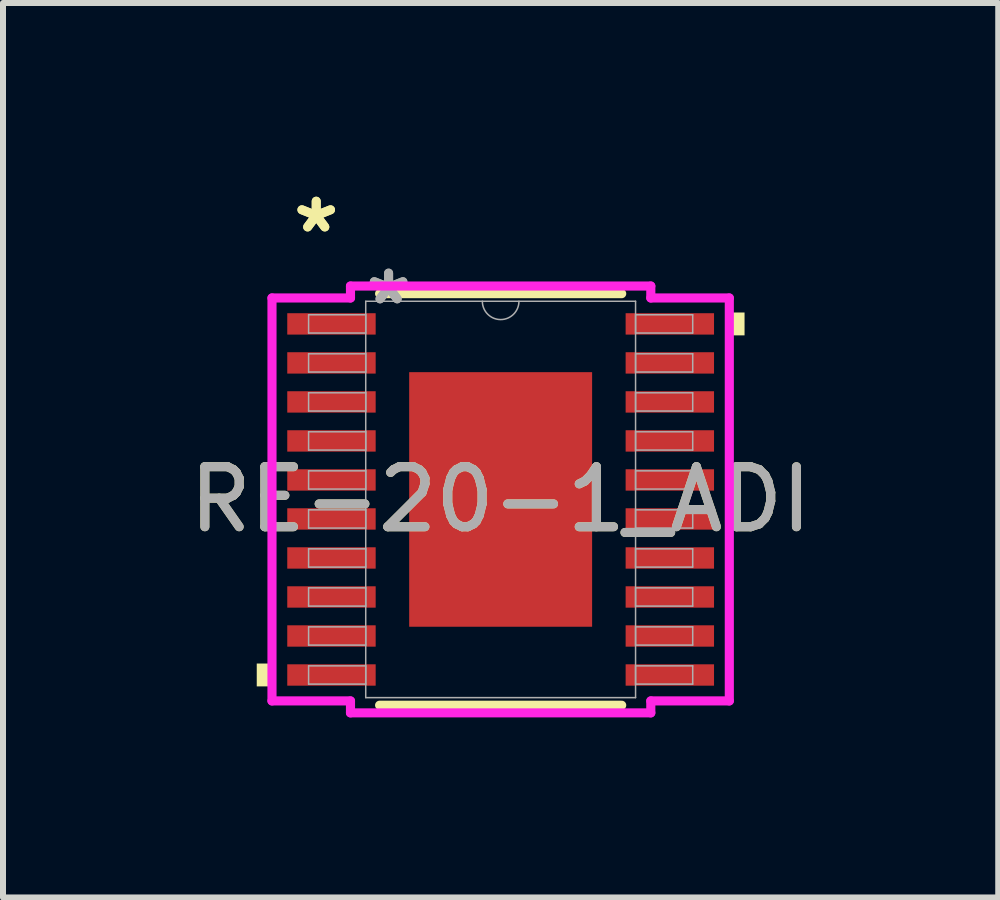
<source format=kicad_pcb>
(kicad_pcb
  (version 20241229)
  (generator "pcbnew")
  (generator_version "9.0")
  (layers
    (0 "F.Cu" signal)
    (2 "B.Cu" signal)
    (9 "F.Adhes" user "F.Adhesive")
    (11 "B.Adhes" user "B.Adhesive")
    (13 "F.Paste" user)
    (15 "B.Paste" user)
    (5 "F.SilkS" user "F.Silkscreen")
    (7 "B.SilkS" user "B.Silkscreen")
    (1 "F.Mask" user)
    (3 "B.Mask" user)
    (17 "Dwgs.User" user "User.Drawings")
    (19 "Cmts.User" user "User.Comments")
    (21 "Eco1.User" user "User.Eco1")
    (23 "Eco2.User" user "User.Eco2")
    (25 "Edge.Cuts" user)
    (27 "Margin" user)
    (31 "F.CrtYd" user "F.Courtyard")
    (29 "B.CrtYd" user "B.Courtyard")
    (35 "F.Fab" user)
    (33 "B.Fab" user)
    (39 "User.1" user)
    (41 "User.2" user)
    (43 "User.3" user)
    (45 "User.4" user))
  (footprint "RE-20-1_ADI"
    (layer "F.Cu")
    (at 5.292 5.272)
    (property "Reference" "RE-20-1_ADI" (at 0 0 0) (unlocked yes) (layer "F.SilkS") (effects (font (size 1 1) (thickness 0.15))))
    (attr smd)
    (fp_line (start -2.017 3.429) (end 2.017 3.429) (stroke (width 0.152) (type solid)) (layer "F.SilkS"))
    (fp_line (start 2.017 -3.429) (end -2.017 -3.429) (stroke (width 0.152) (type solid)) (layer "F.SilkS"))
    (fp_poly (pts (xy -4.064 2.734) (xy -4.064 3.115) (xy -3.81 3.115) (xy -3.81 2.734)) (stroke (width 0) (type solid)) (fill yes) (layer "F.SilkS"))
    (fp_poly (pts (xy 4.064 -3.115) (xy 4.064 -2.734) (xy 3.81 -2.734) (xy 3.81 -3.115)) (stroke (width 0) (type solid)) (fill yes) (layer "F.SilkS"))
    (fp_poly (pts (xy -1.424 -2.021) (xy -1.424 -0.807) (xy -0.1 -0.807) (xy -0.1 -2.021)) (stroke (width 0) (type solid)) (fill yes) (layer "F.Paste"))
    (fp_poly (pts (xy -1.424 -0.607) (xy -1.424 0.607) (xy -0.1 0.607) (xy -0.1 -0.607)) (stroke (width 0) (type solid)) (fill yes) (layer "F.Paste"))
    (fp_poly (pts (xy -1.424 0.807) (xy -1.424 2.021) (xy -0.1 2.021) (xy -0.1 0.807)) (stroke (width 0) (type solid)) (fill yes) (layer "F.Paste"))
    (fp_poly (pts (xy 0.1 -2.021) (xy 0.1 -0.807) (xy 1.424 -0.807) (xy 1.424 -2.021)) (stroke (width 0) (type solid)) (fill yes) (layer "F.Paste"))
    (fp_poly (pts (xy 0.1 -0.607) (xy 0.1 0.607) (xy 1.424 0.607) (xy 1.424 -0.607)) (stroke (width 0) (type solid)) (fill yes) (layer "F.Paste"))
    (fp_poly (pts (xy 0.1 0.807) (xy 0.1 2.021) (xy 1.424 2.021) (xy 1.424 0.807)) (stroke (width 0) (type solid)) (fill yes) (layer "F.Paste"))
    (fp_line (start -3.81 -3.357) (end -2.502 -3.357) (stroke (width 0.152) (type solid)) (layer "F.CrtYd"))
    (fp_line (start -3.81 3.357) (end -3.81 -3.357) (stroke (width 0.152) (type solid)) (layer "F.CrtYd"))
    (fp_line (start -3.81 3.357) (end -2.502 3.357) (stroke (width 0.152) (type solid)) (layer "F.CrtYd"))
    (fp_line (start -2.502 -3.556) (end 2.502 -3.556) (stroke (width 0.152) (type solid)) (layer "F.CrtYd"))
    (fp_line (start -2.502 -3.357) (end -2.502 -3.556) (stroke (width 0.152) (type solid)) (layer "F.CrtYd"))
    (fp_line (start -2.502 3.556) (end -2.502 3.357) (stroke (width 0.152) (type solid)) (layer "F.CrtYd"))
    (fp_line (start 2.502 -3.556) (end 2.502 -3.357) (stroke (width 0.152) (type solid)) (layer "F.CrtYd"))
    (fp_line (start 2.502 3.357) (end 2.502 3.556) (stroke (width 0.152) (type solid)) (layer "F.CrtYd"))
    (fp_line (start 2.502 3.556) (end -2.502 3.556) (stroke (width 0.152) (type solid)) (layer "F.CrtYd"))
    (fp_line (start 3.81 -3.357) (end 2.502 -3.357) (stroke (width 0.152) (type solid)) (layer "F.CrtYd"))
    (fp_line (start 3.81 -3.357) (end 3.81 3.357) (stroke (width 0.152) (type solid)) (layer "F.CrtYd"))
    (fp_line (start 3.81 3.357) (end 2.502 3.357) (stroke (width 0.152) (type solid)) (layer "F.CrtYd"))
    (fp_line (start -3.2 -3.077) (end -3.2 -2.773) (stroke (width 0.025) (type solid)) (layer "F.Fab"))
    (fp_line (start -3.2 -2.773) (end -2.248 -2.773) (stroke (width 0.025) (type solid)) (layer "F.Fab"))
    (fp_line (start -3.2 -2.427) (end -3.2 -2.123) (stroke (width 0.025) (type solid)) (layer "F.Fab"))
    (fp_line (start -3.2 -2.123) (end -2.248 -2.123) (stroke (width 0.025) (type solid)) (layer "F.Fab"))
    (fp_line (start -3.2 -1.777) (end -3.2 -1.473) (stroke (width 0.025) (type solid)) (layer "F.Fab"))
    (fp_line (start -3.2 -1.473) (end -2.248 -1.473) (stroke (width 0.025) (type solid)) (layer "F.Fab"))
    (fp_line (start -3.2 -1.127) (end -3.2 -0.823) (stroke (width 0.025) (type solid)) (layer "F.Fab"))
    (fp_line (start -3.2 -0.823) (end -2.248 -0.823) (stroke (width 0.025) (type solid)) (layer "F.Fab"))
    (fp_line (start -3.2 -0.477) (end -3.2 -0.173) (stroke (width 0.025) (type solid)) (layer "F.Fab"))
    (fp_line (start -3.2 -0.173) (end -2.248 -0.173) (stroke (width 0.025) (type solid)) (layer "F.Fab"))
    (fp_line (start -3.2 0.173) (end -3.2 0.477) (stroke (width 0.025) (type solid)) (layer "F.Fab"))
    (fp_line (start -3.2 0.477) (end -2.248 0.477) (stroke (width 0.025) (type solid)) (layer "F.Fab"))
    (fp_line (start -3.2 0.823) (end -3.2 1.127) (stroke (width 0.025) (type solid)) (layer "F.Fab"))
    (fp_line (start -3.2 1.127) (end -2.248 1.127) (stroke (width 0.025) (type solid)) (layer "F.Fab"))
    (fp_line (start -3.2 1.473) (end -3.2 1.777) (stroke (width 0.025) (type solid)) (layer "F.Fab"))
    (fp_line (start -3.2 1.777) (end -2.248 1.777) (stroke (width 0.025) (type solid)) (layer "F.Fab"))
    (fp_line (start -3.2 2.123) (end -3.2 2.427) (stroke (width 0.025) (type solid)) (layer "F.Fab"))
    (fp_line (start -3.2 2.427) (end -2.248 2.427) (stroke (width 0.025) (type solid)) (layer "F.Fab"))
    (fp_line (start -3.2 2.773) (end -3.2 3.077) (stroke (width 0.025) (type solid)) (layer "F.Fab"))
    (fp_line (start -3.2 3.077) (end -2.248 3.077) (stroke (width 0.025) (type solid)) (layer "F.Fab"))
    (fp_line (start -2.248 -3.302) (end -2.248 3.302) (stroke (width 0.025) (type solid)) (layer "F.Fab"))
    (fp_line (start -2.248 -3.077) (end -3.2 -3.077) (stroke (width 0.025) (type solid)) (layer "F.Fab"))
    (fp_line (start -2.248 -2.773) (end -2.248 -3.077) (stroke (width 0.025) (type solid)) (layer "F.Fab"))
    (fp_line (start -2.248 -2.427) (end -3.2 -2.427) (stroke (width 0.025) (type solid)) (layer "F.Fab"))
    (fp_line (start -2.248 -2.123) (end -2.248 -2.427) (stroke (width 0.025) (type solid)) (layer "F.Fab"))
    (fp_line (start -2.248 -1.777) (end -3.2 -1.777) (stroke (width 0.025) (type solid)) (layer "F.Fab"))
    (fp_line (start -2.248 -1.473) (end -2.248 -1.777) (stroke (width 0.025) (type solid)) (layer "F.Fab"))
    (fp_line (start -2.248 -1.127) (end -3.2 -1.127) (stroke (width 0.025) (type solid)) (layer "F.Fab"))
    (fp_line (start -2.248 -0.823) (end -2.248 -1.127) (stroke (width 0.025) (type solid)) (layer "F.Fab"))
    (fp_line (start -2.248 -0.477) (end -3.2 -0.477) (stroke (width 0.025) (type solid)) (layer "F.Fab"))
    (fp_line (start -2.248 -0.173) (end -2.248 -0.477) (stroke (width 0.025) (type solid)) (layer "F.Fab"))
    (fp_line (start -2.248 0.173) (end -3.2 0.173) (stroke (width 0.025) (type solid)) (layer "F.Fab"))
    (fp_line (start -2.248 0.477) (end -2.248 0.173) (stroke (width 0.025) (type solid)) (layer "F.Fab"))
    (fp_line (start -2.248 0.823) (end -3.2 0.823) (stroke (width 0.025) (type solid)) (layer "F.Fab"))
    (fp_line (start -2.248 1.127) (end -2.248 0.823) (stroke (width 0.025) (type solid)) (layer "F.Fab"))
    (fp_line (start -2.248 1.473) (end -3.2 1.473) (stroke (width 0.025) (type solid)) (layer "F.Fab"))
    (fp_line (start -2.248 1.777) (end -2.248 1.473) (stroke (width 0.025) (type solid)) (layer "F.Fab"))
    (fp_line (start -2.248 2.123) (end -3.2 2.123) (stroke (width 0.025) (type solid)) (layer "F.Fab"))
    (fp_line (start -2.248 2.427) (end -2.248 2.123) (stroke (width 0.025) (type solid)) (layer "F.Fab"))
    (fp_line (start -2.248 2.773) (end -3.2 2.773) (stroke (width 0.025) (type solid)) (layer "F.Fab"))
    (fp_line (start -2.248 3.077) (end -2.248 2.773) (stroke (width 0.025) (type solid)) (layer "F.Fab"))
    (fp_line (start -2.248 3.302) (end 2.248 3.302) (stroke (width 0.025) (type solid)) (layer "F.Fab"))
    (fp_line (start 2.248 -3.302) (end -2.248 -3.302) (stroke (width 0.025) (type solid)) (layer "F.Fab"))
    (fp_line (start 2.248 -3.077) (end 2.248 -2.773) (stroke (width 0.025) (type solid)) (layer "F.Fab"))
    (fp_line (start 2.248 -2.773) (end 3.2 -2.773) (stroke (width 0.025) (type solid)) (layer "F.Fab"))
    (fp_line (start 2.248 -2.427) (end 2.248 -2.123) (stroke (width 0.025) (type solid)) (layer "F.Fab"))
    (fp_line (start 2.248 -2.123) (end 3.2 -2.123) (stroke (width 0.025) (type solid)) (layer "F.Fab"))
    (fp_line (start 2.248 -1.777) (end 2.248 -1.473) (stroke (width 0.025) (type solid)) (layer "F.Fab"))
    (fp_line (start 2.248 -1.473) (end 3.2 -1.473) (stroke (width 0.025) (type solid)) (layer "F.Fab"))
    (fp_line (start 2.248 -1.127) (end 2.248 -0.823) (stroke (width 0.025) (type solid)) (layer "F.Fab"))
    (fp_line (start 2.248 -0.823) (end 3.2 -0.823) (stroke (width 0.025) (type solid)) (layer "F.Fab"))
    (fp_line (start 2.248 -0.477) (end 2.248 -0.173) (stroke (width 0.025) (type solid)) (layer "F.Fab"))
    (fp_line (start 2.248 -0.173) (end 3.2 -0.173) (stroke (width 0.025) (type solid)) (layer "F.Fab"))
    (fp_line (start 2.248 0.173) (end 2.248 0.477) (stroke (width 0.025) (type solid)) (layer "F.Fab"))
    (fp_line (start 2.248 0.477) (end 3.2 0.477) (stroke (width 0.025) (type solid)) (layer "F.Fab"))
    (fp_line (start 2.248 0.823) (end 2.248 1.127) (stroke (width 0.025) (type solid)) (layer "F.Fab"))
    (fp_line (start 2.248 1.127) (end 3.2 1.127) (stroke (width 0.025) (type solid)) (layer "F.Fab"))
    (fp_line (start 2.248 1.473) (end 2.248 1.777) (stroke (width 0.025) (type solid)) (layer "F.Fab"))
    (fp_line (start 2.248 1.777) (end 3.2 1.777) (stroke (width 0.025) (type solid)) (layer "F.Fab"))
    (fp_line (start 2.248 2.123) (end 2.248 2.427) (stroke (width 0.025) (type solid)) (layer "F.Fab"))
    (fp_line (start 2.248 2.427) (end 3.2 2.427) (stroke (width 0.025) (type solid)) (layer "F.Fab"))
    (fp_line (start 2.248 2.773) (end 2.248 3.077) (stroke (width 0.025) (type solid)) (layer "F.Fab"))
    (fp_line (start 2.248 3.077) (end 3.2 3.077) (stroke (width 0.025) (type solid)) (layer "F.Fab"))
    (fp_line (start 2.248 3.302) (end 2.248 -3.302) (stroke (width 0.025) (type solid)) (layer "F.Fab"))
    (fp_line (start 3.2 -3.077) (end 2.248 -3.077) (stroke (width 0.025) (type solid)) (layer "F.Fab"))
    (fp_line (start 3.2 -2.773) (end 3.2 -3.077) (stroke (width 0.025) (type solid)) (layer "F.Fab"))
    (fp_line (start 3.2 -2.427) (end 2.248 -2.427) (stroke (width 0.025) (type solid)) (layer "F.Fab"))
    (fp_line (start 3.2 -2.123) (end 3.2 -2.427) (stroke (width 0.025) (type solid)) (layer "F.Fab"))
    (fp_line (start 3.2 -1.777) (end 2.248 -1.777) (stroke (width 0.025) (type solid)) (layer "F.Fab"))
    (fp_line (start 3.2 -1.473) (end 3.2 -1.777) (stroke (width 0.025) (type solid)) (layer "F.Fab"))
    (fp_line (start 3.2 -1.127) (end 2.248 -1.127) (stroke (width 0.025) (type solid)) (layer "F.Fab"))
    (fp_line (start 3.2 -0.823) (end 3.2 -1.127) (stroke (width 0.025) (type solid)) (layer "F.Fab"))
    (fp_line (start 3.2 -0.477) (end 2.248 -0.477) (stroke (width 0.025) (type solid)) (layer "F.Fab"))
    (fp_line (start 3.2 -0.173) (end 3.2 -0.477) (stroke (width 0.025) (type solid)) (layer "F.Fab"))
    (fp_line (start 3.2 0.173) (end 2.248 0.173) (stroke (width 0.025) (type solid)) (layer "F.Fab"))
    (fp_line (start 3.2 0.477) (end 3.2 0.173) (stroke (width 0.025) (type solid)) (layer "F.Fab"))
    (fp_line (start 3.2 0.823) (end 2.248 0.823) (stroke (width 0.025) (type solid)) (layer "F.Fab"))
    (fp_line (start 3.2 1.127) (end 3.2 0.823) (stroke (width 0.025) (type solid)) (layer "F.Fab"))
    (fp_line (start 3.2 1.473) (end 2.248 1.473) (stroke (width 0.025) (type solid)) (layer "F.Fab"))
    (fp_line (start 3.2 1.777) (end 3.2 1.473) (stroke (width 0.025) (type solid)) (layer "F.Fab"))
    (fp_line (start 3.2 2.123) (end 2.248 2.123) (stroke (width 0.025) (type solid)) (layer "F.Fab"))
    (fp_line (start 3.2 2.427) (end 3.2 2.123) (stroke (width 0.025) (type solid)) (layer "F.Fab"))
    (fp_line (start 3.2 2.773) (end 2.248 2.773) (stroke (width 0.025) (type solid)) (layer "F.Fab"))
    (fp_line (start 3.2 3.077) (end 3.2 2.773) (stroke (width 0.025) (type solid)) (layer "F.Fab"))
    (fp_arc (start 0.3048 -3.302) (mid 0 -2.9972) (end -0.3048 -3.302) (stroke (width 0.0254) (type solid)) (layer "F.Fab"))
    (fp_text user "*" (at -3.073 -4.424 0) (unlocked yes) (layer "F.SilkS") (effects (font (size 1 1) (thickness 0.15))))
    (fp_text user "*" (at -3.073 -4.424 0) (layer "F.SilkS") (effects (font (size 1 1) (thickness 0.15))))
    (fp_text user "*" (at -1.867 -3.226 0) (layer "F.Fab") (effects (font (size 1 1) (thickness 0.15))))
    (fp_text user "${REFERENCE}" (at 0 0 0) (unlocked yes) (layer "F.Fab") (effects (font (size 1 1) (thickness 0.15))))
    (fp_text user "*" (at -1.867 -3.226 0) (unlocked yes) (layer "F.Fab") (effects (font (size 1 1) (thickness 0.15))))
    (pad "1" smd rect (at -2.819 -2.925) (size 1.473 0.356) (layers "F.Cu" "F.Mask" "F.Paste"))
    (pad "2" smd rect (at -2.819 -2.275) (size 1.473 0.356) (layers "F.Cu" "F.Mask" "F.Paste"))
    (pad "3" smd rect (at -2.819 -1.625) (size 1.473 0.356) (layers "F.Cu" "F.Mask" "F.Paste"))
    (pad "4" smd rect (at -2.819 -0.975) (size 1.473 0.356) (layers "F.Cu" "F.Mask" "F.Paste"))
    (pad "5" smd rect (at -2.819 -0.325) (size 1.473 0.356) (layers "F.Cu" "F.Mask" "F.Paste"))
    (pad "6" smd rect (at -2.819 0.325) (size 1.473 0.356) (layers "F.Cu" "F.Mask" "F.Paste"))
    (pad "7" smd rect (at -2.819 0.975) (size 1.473 0.356) (layers "F.Cu" "F.Mask" "F.Paste"))
    (pad "8" smd rect (at -2.819 1.625) (size 1.473 0.356) (layers "F.Cu" "F.Mask" "F.Paste"))
    (pad "9" smd rect (at -2.819 2.275) (size 1.473 0.356) (layers "F.Cu" "F.Mask" "F.Paste"))
    (pad "10" smd rect (at -2.819 2.925) (size 1.473 0.356) (layers "F.Cu" "F.Mask" "F.Paste"))
    (pad "11" smd rect (at 2.819 2.925) (size 1.473 0.356) (layers "F.Cu" "F.Mask" "F.Paste"))
    (pad "12" smd rect (at 2.819 2.275) (size 1.473 0.356) (layers "F.Cu" "F.Mask" "F.Paste"))
    (pad "13" smd rect (at 2.819 1.625) (size 1.473 0.356) (layers "F.Cu" "F.Mask" "F.Paste"))
    (pad "14" smd rect (at 2.819 0.975) (size 1.473 0.356) (layers "F.Cu" "F.Mask" "F.Paste"))
    (pad "15" smd rect (at 2.819 0.325) (size 1.473 0.356) (layers "F.Cu" "F.Mask" "F.Paste"))
    (pad "16" smd rect (at 2.819 -0.325) (size 1.473 0.356) (layers "F.Cu" "F.Mask" "F.Paste"))
    (pad "17" smd rect (at 2.819 -0.975) (size 1.473 0.356) (layers "F.Cu" "F.Mask" "F.Paste"))
    (pad "18" smd rect (at 2.819 -1.625) (size 1.473 0.356) (layers "F.Cu" "F.Mask" "F.Paste"))
    (pad "19" smd rect (at 2.819 -2.275) (size 1.473 0.356) (layers "F.Cu" "F.Mask" "F.Paste"))
    (pad "20" smd rect (at 2.819 -2.925) (size 1.473 0.356) (layers "F.Cu" "F.Mask" "F.Paste"))
    (pad "21" smd rect (at 0 0) (size 3.048 4.242) (layers "F.Cu" "F.Mask")))
  (gr_rect
    (start -3 -3)
    (end 13.583 11.904)
    (stroke (width 0.1) (type default))
    (fill no)
    (layer "Edge.Cuts")))
</source>
